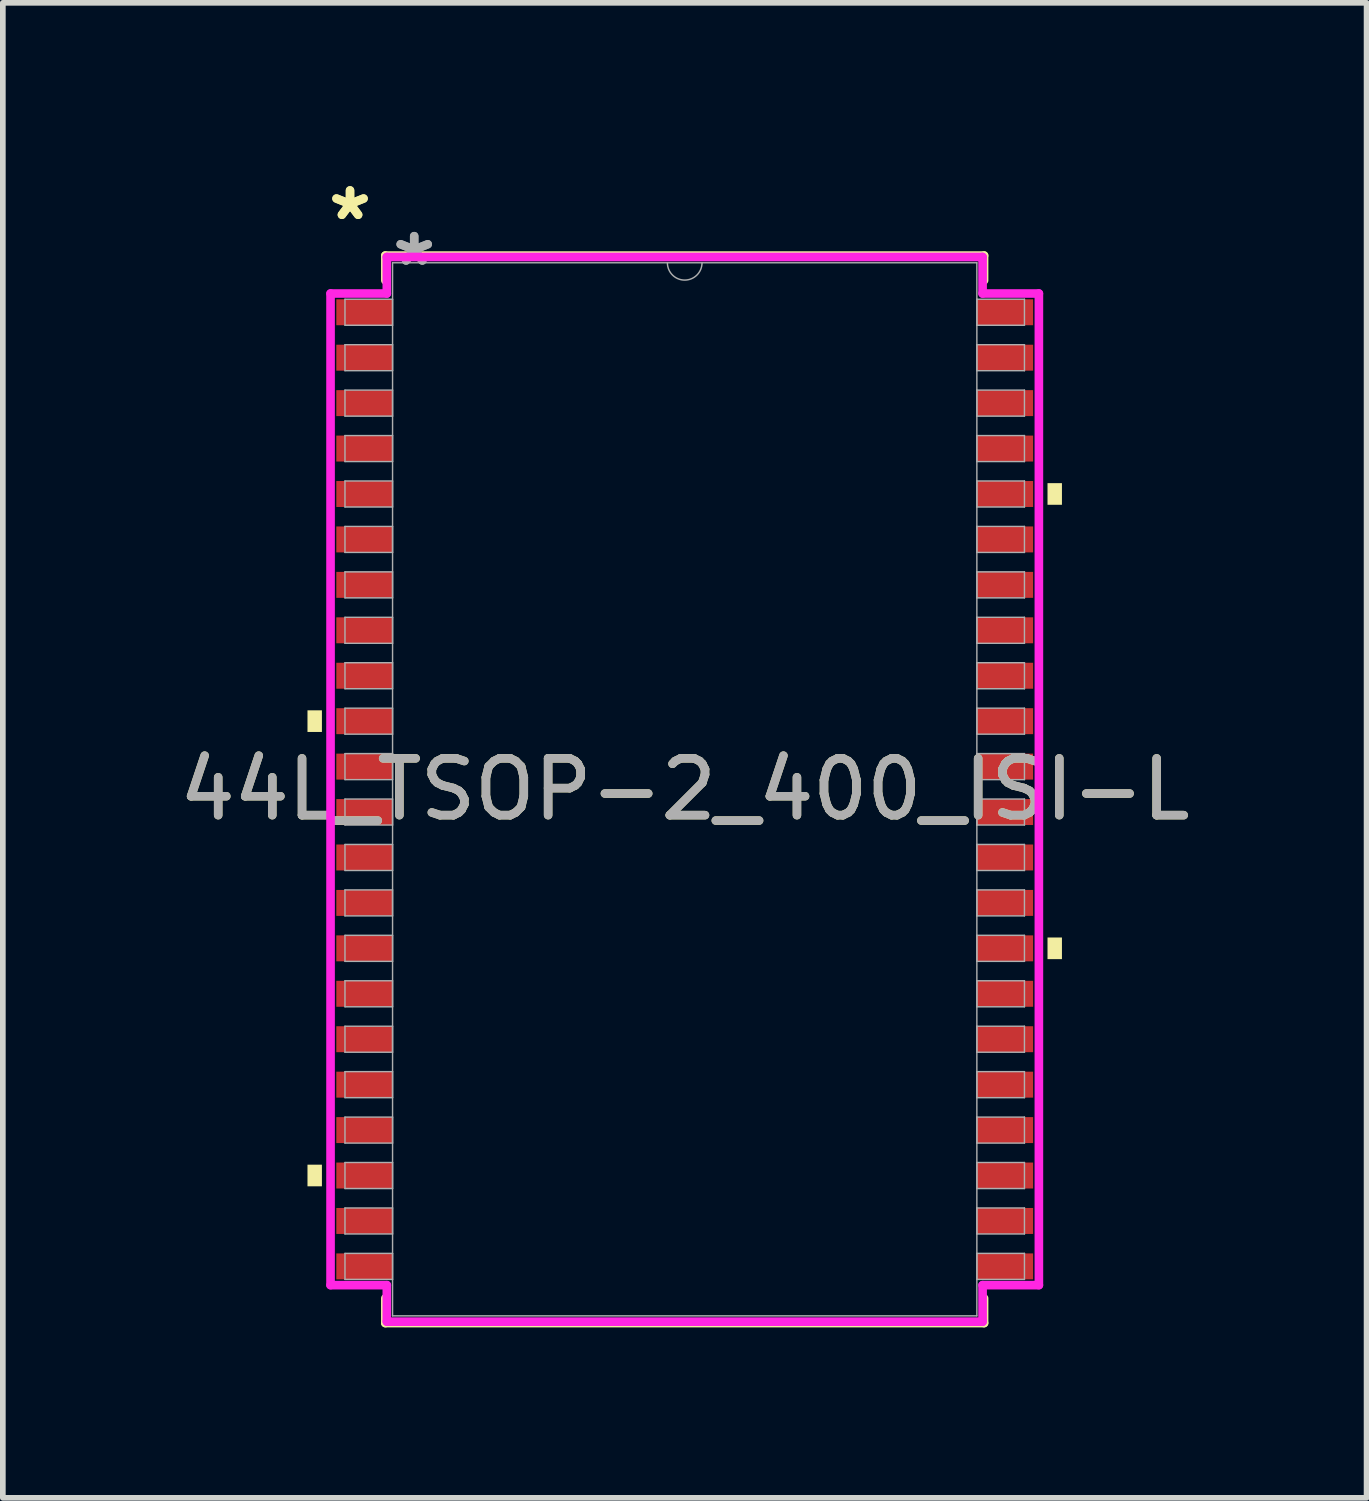
<source format=kicad_pcb>
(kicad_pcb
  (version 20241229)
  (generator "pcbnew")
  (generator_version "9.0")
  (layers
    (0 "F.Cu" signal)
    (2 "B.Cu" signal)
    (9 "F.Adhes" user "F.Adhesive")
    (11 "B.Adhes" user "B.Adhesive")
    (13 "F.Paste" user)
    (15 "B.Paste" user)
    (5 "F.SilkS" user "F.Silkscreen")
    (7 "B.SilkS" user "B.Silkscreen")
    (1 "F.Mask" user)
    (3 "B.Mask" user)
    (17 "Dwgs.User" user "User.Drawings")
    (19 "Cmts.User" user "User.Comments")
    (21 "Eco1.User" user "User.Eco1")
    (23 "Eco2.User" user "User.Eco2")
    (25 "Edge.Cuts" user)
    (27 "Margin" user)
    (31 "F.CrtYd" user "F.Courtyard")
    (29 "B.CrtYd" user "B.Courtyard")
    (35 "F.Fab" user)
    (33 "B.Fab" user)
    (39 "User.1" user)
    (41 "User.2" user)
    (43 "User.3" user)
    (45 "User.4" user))
  (footprint "44L_TSOP-2_400_ISI-L"
    (layer "F.Cu")
    (at 9.006 10.848)
    (property "Reference" "44L_TSOP-2_400_ISI-L" (at 0 0 0) (unlocked yes) (layer "F.SilkS") (effects (font (size 1 1) (thickness 0.15))))
    (attr smd)
    (fp_line (start -5.271 -9.398) (end -5.271 -8.961) (stroke (width 0.152) (type solid)) (layer "F.SilkS"))
    (fp_line (start -5.271 8.961) (end -5.271 9.398) (stroke (width 0.152) (type solid)) (layer "F.SilkS"))
    (fp_line (start -5.271 9.398) (end 5.271 9.398) (stroke (width 0.152) (type solid)) (layer "F.SilkS"))
    (fp_line (start 5.271 -9.398) (end -5.271 -9.398) (stroke (width 0.152) (type solid)) (layer "F.SilkS"))
    (fp_line (start 5.271 -8.961) (end 5.271 -9.398) (stroke (width 0.152) (type solid)) (layer "F.SilkS"))
    (fp_line (start 5.271 9.398) (end 5.271 8.961) (stroke (width 0.152) (type solid)) (layer "F.SilkS"))
    (fp_poly (pts (xy -6.642 -1.391) (xy -6.642 -1.01) (xy -6.388 -1.01) (xy -6.388 -1.391)) (stroke (width 0) (type solid)) (fill yes) (layer "F.SilkS"))
    (fp_poly (pts (xy -6.642 6.609) (xy -6.642 6.99) (xy -6.388 6.99) (xy -6.388 6.609)) (stroke (width 0) (type solid)) (fill yes) (layer "F.SilkS"))
    (fp_poly (pts (xy 6.642 -5.391) (xy 6.642 -5.01) (xy 6.388 -5.01) (xy 6.388 -5.391)) (stroke (width 0) (type solid)) (fill yes) (layer "F.SilkS"))
    (fp_poly (pts (xy 6.642 2.609) (xy 6.642 2.99) (xy 6.388 2.99) (xy 6.388 2.609)) (stroke (width 0) (type solid)) (fill yes) (layer "F.SilkS"))
    (fp_line (start -6.236 -8.73) (end -5.245 -8.73) (stroke (width 0.152) (type solid)) (layer "F.CrtYd"))
    (fp_line (start -6.236 8.73) (end -6.236 -8.73) (stroke (width 0.152) (type solid)) (layer "F.CrtYd"))
    (fp_line (start -6.236 8.73) (end -5.245 8.73) (stroke (width 0.152) (type solid)) (layer "F.CrtYd"))
    (fp_line (start -5.245 -9.373) (end 5.245 -9.373) (stroke (width 0.152) (type solid)) (layer "F.CrtYd"))
    (fp_line (start -5.245 -8.73) (end -5.245 -9.373) (stroke (width 0.152) (type solid)) (layer "F.CrtYd"))
    (fp_line (start -5.245 9.373) (end -5.245 8.73) (stroke (width 0.152) (type solid)) (layer "F.CrtYd"))
    (fp_line (start 5.245 -9.373) (end 5.245 -8.73) (stroke (width 0.152) (type solid)) (layer "F.CrtYd"))
    (fp_line (start 5.245 8.73) (end 5.245 9.373) (stroke (width 0.152) (type solid)) (layer "F.CrtYd"))
    (fp_line (start 5.245 9.373) (end -5.245 9.373) (stroke (width 0.152) (type solid)) (layer "F.CrtYd"))
    (fp_line (start 6.236 -8.73) (end 5.245 -8.73) (stroke (width 0.152) (type solid)) (layer "F.CrtYd"))
    (fp_line (start 6.236 -8.73) (end 6.236 8.73) (stroke (width 0.152) (type solid)) (layer "F.CrtYd"))
    (fp_line (start 6.236 8.73) (end 5.245 8.73) (stroke (width 0.152) (type solid)) (layer "F.CrtYd"))
    (fp_line (start -5.982 -8.629) (end -5.982 -8.171) (stroke (width 0.025) (type solid)) (layer "F.Fab"))
    (fp_line (start -5.982 -8.171) (end -5.144 -8.171) (stroke (width 0.025) (type solid)) (layer "F.Fab"))
    (fp_line (start -5.982 -7.829) (end -5.982 -7.371) (stroke (width 0.025) (type solid)) (layer "F.Fab"))
    (fp_line (start -5.982 -7.371) (end -5.144 -7.371) (stroke (width 0.025) (type solid)) (layer "F.Fab"))
    (fp_line (start -5.982 -7.029) (end -5.982 -6.571) (stroke (width 0.025) (type solid)) (layer "F.Fab"))
    (fp_line (start -5.982 -6.571) (end -5.144 -6.571) (stroke (width 0.025) (type solid)) (layer "F.Fab"))
    (fp_line (start -5.982 -6.229) (end -5.982 -5.771) (stroke (width 0.025) (type solid)) (layer "F.Fab"))
    (fp_line (start -5.982 -5.771) (end -5.144 -5.771) (stroke (width 0.025) (type solid)) (layer "F.Fab"))
    (fp_line (start -5.982 -5.429) (end -5.982 -4.971) (stroke (width 0.025) (type solid)) (layer "F.Fab"))
    (fp_line (start -5.982 -4.971) (end -5.144 -4.971) (stroke (width 0.025) (type solid)) (layer "F.Fab"))
    (fp_line (start -5.982 -4.629) (end -5.982 -4.171) (stroke (width 0.025) (type solid)) (layer "F.Fab"))
    (fp_line (start -5.982 -4.171) (end -5.144 -4.171) (stroke (width 0.025) (type solid)) (layer "F.Fab"))
    (fp_line (start -5.982 -3.829) (end -5.982 -3.371) (stroke (width 0.025) (type solid)) (layer "F.Fab"))
    (fp_line (start -5.982 -3.371) (end -5.144 -3.371) (stroke (width 0.025) (type solid)) (layer "F.Fab"))
    (fp_line (start -5.982 -3.029) (end -5.982 -2.571) (stroke (width 0.025) (type solid)) (layer "F.Fab"))
    (fp_line (start -5.982 -2.571) (end -5.144 -2.571) (stroke (width 0.025) (type solid)) (layer "F.Fab"))
    (fp_line (start -5.982 -2.229) (end -5.982 -1.771) (stroke (width 0.025) (type solid)) (layer "F.Fab"))
    (fp_line (start -5.982 -1.771) (end -5.144 -1.771) (stroke (width 0.025) (type solid)) (layer "F.Fab"))
    (fp_line (start -5.982 -1.429) (end -5.982 -0.971) (stroke (width 0.025) (type solid)) (layer "F.Fab"))
    (fp_line (start -5.982 -0.971) (end -5.144 -0.971) (stroke (width 0.025) (type solid)) (layer "F.Fab"))
    (fp_line (start -5.982 -0.629) (end -5.982 -0.171) (stroke (width 0.025) (type solid)) (layer "F.Fab"))
    (fp_line (start -5.982 -0.171) (end -5.144 -0.171) (stroke (width 0.025) (type solid)) (layer "F.Fab"))
    (fp_line (start -5.982 0.171) (end -5.982 0.629) (stroke (width 0.025) (type solid)) (layer "F.Fab"))
    (fp_line (start -5.982 0.629) (end -5.144 0.629) (stroke (width 0.025) (type solid)) (layer "F.Fab"))
    (fp_line (start -5.982 0.971) (end -5.982 1.429) (stroke (width 0.025) (type solid)) (layer "F.Fab"))
    (fp_line (start -5.982 1.429) (end -5.144 1.429) (stroke (width 0.025) (type solid)) (layer "F.Fab"))
    (fp_line (start -5.982 1.771) (end -5.982 2.229) (stroke (width 0.025) (type solid)) (layer "F.Fab"))
    (fp_line (start -5.982 2.229) (end -5.144 2.229) (stroke (width 0.025) (type solid)) (layer "F.Fab"))
    (fp_line (start -5.982 2.571) (end -5.982 3.029) (stroke (width 0.025) (type solid)) (layer "F.Fab"))
    (fp_line (start -5.982 3.029) (end -5.144 3.029) (stroke (width 0.025) (type solid)) (layer "F.Fab"))
    (fp_line (start -5.982 3.371) (end -5.982 3.829) (stroke (width 0.025) (type solid)) (layer "F.Fab"))
    (fp_line (start -5.982 3.829) (end -5.144 3.829) (stroke (width 0.025) (type solid)) (layer "F.Fab"))
    (fp_line (start -5.982 4.171) (end -5.982 4.629) (stroke (width 0.025) (type solid)) (layer "F.Fab"))
    (fp_line (start -5.982 4.629) (end -5.144 4.629) (stroke (width 0.025) (type solid)) (layer "F.Fab"))
    (fp_line (start -5.982 4.971) (end -5.982 5.429) (stroke (width 0.025) (type solid)) (layer "F.Fab"))
    (fp_line (start -5.982 5.429) (end -5.144 5.429) (stroke (width 0.025) (type solid)) (layer "F.Fab"))
    (fp_line (start -5.982 5.771) (end -5.982 6.229) (stroke (width 0.025) (type solid)) (layer "F.Fab"))
    (fp_line (start -5.982 6.229) (end -5.144 6.229) (stroke (width 0.025) (type solid)) (layer "F.Fab"))
    (fp_line (start -5.982 6.571) (end -5.982 7.029) (stroke (width 0.025) (type solid)) (layer "F.Fab"))
    (fp_line (start -5.982 7.029) (end -5.144 7.029) (stroke (width 0.025) (type solid)) (layer "F.Fab"))
    (fp_line (start -5.982 7.371) (end -5.982 7.829) (stroke (width 0.025) (type solid)) (layer "F.Fab"))
    (fp_line (start -5.982 7.829) (end -5.144 7.829) (stroke (width 0.025) (type solid)) (layer "F.Fab"))
    (fp_line (start -5.982 8.171) (end -5.982 8.629) (stroke (width 0.025) (type solid)) (layer "F.Fab"))
    (fp_line (start -5.982 8.629) (end -5.144 8.629) (stroke (width 0.025) (type solid)) (layer "F.Fab"))
    (fp_line (start -5.144 -9.271) (end -5.144 9.271) (stroke (width 0.025) (type solid)) (layer "F.Fab"))
    (fp_line (start -5.144 -8.629) (end -5.982 -8.629) (stroke (width 0.025) (type solid)) (layer "F.Fab"))
    (fp_line (start -5.144 -8.171) (end -5.144 -8.629) (stroke (width 0.025) (type solid)) (layer "F.Fab"))
    (fp_line (start -5.144 -7.829) (end -5.982 -7.829) (stroke (width 0.025) (type solid)) (layer "F.Fab"))
    (fp_line (start -5.144 -7.371) (end -5.144 -7.829) (stroke (width 0.025) (type solid)) (layer "F.Fab"))
    (fp_line (start -5.144 -7.029) (end -5.982 -7.029) (stroke (width 0.025) (type solid)) (layer "F.Fab"))
    (fp_line (start -5.144 -6.571) (end -5.144 -7.029) (stroke (width 0.025) (type solid)) (layer "F.Fab"))
    (fp_line (start -5.144 -6.229) (end -5.982 -6.229) (stroke (width 0.025) (type solid)) (layer "F.Fab"))
    (fp_line (start -5.144 -5.771) (end -5.144 -6.229) (stroke (width 0.025) (type solid)) (layer "F.Fab"))
    (fp_line (start -5.144 -5.429) (end -5.982 -5.429) (stroke (width 0.025) (type solid)) (layer "F.Fab"))
    (fp_line (start -5.144 -4.971) (end -5.144 -5.429) (stroke (width 0.025) (type solid)) (layer "F.Fab"))
    (fp_line (start -5.144 -4.629) (end -5.982 -4.629) (stroke (width 0.025) (type solid)) (layer "F.Fab"))
    (fp_line (start -5.144 -4.171) (end -5.144 -4.629) (stroke (width 0.025) (type solid)) (layer "F.Fab"))
    (fp_line (start -5.144 -3.829) (end -5.982 -3.829) (stroke (width 0.025) (type solid)) (layer "F.Fab"))
    (fp_line (start -5.144 -3.371) (end -5.144 -3.829) (stroke (width 0.025) (type solid)) (layer "F.Fab"))
    (fp_line (start -5.144 -3.029) (end -5.982 -3.029) (stroke (width 0.025) (type solid)) (layer "F.Fab"))
    (fp_line (start -5.144 -2.571) (end -5.144 -3.029) (stroke (width 0.025) (type solid)) (layer "F.Fab"))
    (fp_line (start -5.144 -2.229) (end -5.982 -2.229) (stroke (width 0.025) (type solid)) (layer "F.Fab"))
    (fp_line (start -5.144 -1.771) (end -5.144 -2.229) (stroke (width 0.025) (type solid)) (layer "F.Fab"))
    (fp_line (start -5.144 -1.429) (end -5.982 -1.429) (stroke (width 0.025) (type solid)) (layer "F.Fab"))
    (fp_line (start -5.144 -0.971) (end -5.144 -1.429) (stroke (width 0.025) (type solid)) (layer "F.Fab"))
    (fp_line (start -5.144 -0.629) (end -5.982 -0.629) (stroke (width 0.025) (type solid)) (layer "F.Fab"))
    (fp_line (start -5.144 -0.171) (end -5.144 -0.629) (stroke (width 0.025) (type solid)) (layer "F.Fab"))
    (fp_line (start -5.144 0.171) (end -5.982 0.171) (stroke (width 0.025) (type solid)) (layer "F.Fab"))
    (fp_line (start -5.144 0.629) (end -5.144 0.171) (stroke (width 0.025) (type solid)) (layer "F.Fab"))
    (fp_line (start -5.144 0.971) (end -5.982 0.971) (stroke (width 0.025) (type solid)) (layer "F.Fab"))
    (fp_line (start -5.144 1.429) (end -5.144 0.971) (stroke (width 0.025) (type solid)) (layer "F.Fab"))
    (fp_line (start -5.144 1.771) (end -5.982 1.771) (stroke (width 0.025) (type solid)) (layer "F.Fab"))
    (fp_line (start -5.144 2.229) (end -5.144 1.771) (stroke (width 0.025) (type solid)) (layer "F.Fab"))
    (fp_line (start -5.144 2.571) (end -5.982 2.571) (stroke (width 0.025) (type solid)) (layer "F.Fab"))
    (fp_line (start -5.144 3.029) (end -5.144 2.571) (stroke (width 0.025) (type solid)) (layer "F.Fab"))
    (fp_line (start -5.144 3.371) (end -5.982 3.371) (stroke (width 0.025) (type solid)) (layer "F.Fab"))
    (fp_line (start -5.144 3.829) (end -5.144 3.371) (stroke (width 0.025) (type solid)) (layer "F.Fab"))
    (fp_line (start -5.144 4.171) (end -5.982 4.171) (stroke (width 0.025) (type solid)) (layer "F.Fab"))
    (fp_line (start -5.144 4.629) (end -5.144 4.171) (stroke (width 0.025) (type solid)) (layer "F.Fab"))
    (fp_line (start -5.144 4.971) (end -5.982 4.971) (stroke (width 0.025) (type solid)) (layer "F.Fab"))
    (fp_line (start -5.144 5.429) (end -5.144 4.971) (stroke (width 0.025) (type solid)) (layer "F.Fab"))
    (fp_line (start -5.144 5.771) (end -5.982 5.771) (stroke (width 0.025) (type solid)) (layer "F.Fab"))
    (fp_line (start -5.144 6.229) (end -5.144 5.771) (stroke (width 0.025) (type solid)) (layer "F.Fab"))
    (fp_line (start -5.144 6.571) (end -5.982 6.571) (stroke (width 0.025) (type solid)) (layer "F.Fab"))
    (fp_line (start -5.144 7.029) (end -5.144 6.571) (stroke (width 0.025) (type solid)) (layer "F.Fab"))
    (fp_line (start -5.144 7.371) (end -5.982 7.371) (stroke (width 0.025) (type solid)) (layer "F.Fab"))
    (fp_line (start -5.144 7.829) (end -5.144 7.371) (stroke (width 0.025) (type solid)) (layer "F.Fab"))
    (fp_line (start -5.144 8.171) (end -5.982 8.171) (stroke (width 0.025) (type solid)) (layer "F.Fab"))
    (fp_line (start -5.144 8.629) (end -5.144 8.171) (stroke (width 0.025) (type solid)) (layer "F.Fab"))
    (fp_line (start -5.144 9.271) (end 5.144 9.271) (stroke (width 0.025) (type solid)) (layer "F.Fab"))
    (fp_line (start 5.144 -9.271) (end -5.144 -9.271) (stroke (width 0.025) (type solid)) (layer "F.Fab"))
    (fp_line (start 5.144 -8.629) (end 5.144 -8.171) (stroke (width 0.025) (type solid)) (layer "F.Fab"))
    (fp_line (start 5.144 -8.171) (end 5.982 -8.171) (stroke (width 0.025) (type solid)) (layer "F.Fab"))
    (fp_line (start 5.144 -7.829) (end 5.144 -7.371) (stroke (width 0.025) (type solid)) (layer "F.Fab"))
    (fp_line (start 5.144 -7.371) (end 5.982 -7.371) (stroke (width 0.025) (type solid)) (layer "F.Fab"))
    (fp_line (start 5.144 -7.029) (end 5.144 -6.571) (stroke (width 0.025) (type solid)) (layer "F.Fab"))
    (fp_line (start 5.144 -6.571) (end 5.982 -6.571) (stroke (width 0.025) (type solid)) (layer "F.Fab"))
    (fp_line (start 5.144 -6.229) (end 5.144 -5.771) (stroke (width 0.025) (type solid)) (layer "F.Fab"))
    (fp_line (start 5.144 -5.771) (end 5.982 -5.771) (stroke (width 0.025) (type solid)) (layer "F.Fab"))
    (fp_line (start 5.144 -5.429) (end 5.144 -4.971) (stroke (width 0.025) (type solid)) (layer "F.Fab"))
    (fp_line (start 5.144 -4.971) (end 5.982 -4.971) (stroke (width 0.025) (type solid)) (layer "F.Fab"))
    (fp_line (start 5.144 -4.629) (end 5.144 -4.171) (stroke (width 0.025) (type solid)) (layer "F.Fab"))
    (fp_line (start 5.144 -4.171) (end 5.982 -4.171) (stroke (width 0.025) (type solid)) (layer "F.Fab"))
    (fp_line (start 5.144 -3.829) (end 5.144 -3.371) (stroke (width 0.025) (type solid)) (layer "F.Fab"))
    (fp_line (start 5.144 -3.371) (end 5.982 -3.371) (stroke (width 0.025) (type solid)) (layer "F.Fab"))
    (fp_line (start 5.144 -3.029) (end 5.144 -2.571) (stroke (width 0.025) (type solid)) (layer "F.Fab"))
    (fp_line (start 5.144 -2.571) (end 5.982 -2.571) (stroke (width 0.025) (type solid)) (layer "F.Fab"))
    (fp_line (start 5.144 -2.229) (end 5.144 -1.771) (stroke (width 0.025) (type solid)) (layer "F.Fab"))
    (fp_line (start 5.144 -1.771) (end 5.982 -1.771) (stroke (width 0.025) (type solid)) (layer "F.Fab"))
    (fp_line (start 5.144 -1.429) (end 5.144 -0.971) (stroke (width 0.025) (type solid)) (layer "F.Fab"))
    (fp_line (start 5.144 -0.971) (end 5.982 -0.971) (stroke (width 0.025) (type solid)) (layer "F.Fab"))
    (fp_line (start 5.144 -0.629) (end 5.144 -0.171) (stroke (width 0.025) (type solid)) (layer "F.Fab"))
    (fp_line (start 5.144 -0.171) (end 5.982 -0.171) (stroke (width 0.025) (type solid)) (layer "F.Fab"))
    (fp_line (start 5.144 0.171) (end 5.144 0.629) (stroke (width 0.025) (type solid)) (layer "F.Fab"))
    (fp_line (start 5.144 0.629) (end 5.982 0.629) (stroke (width 0.025) (type solid)) (layer "F.Fab"))
    (fp_line (start 5.144 0.971) (end 5.144 1.429) (stroke (width 0.025) (type solid)) (layer "F.Fab"))
    (fp_line (start 5.144 1.429) (end 5.982 1.429) (stroke (width 0.025) (type solid)) (layer "F.Fab"))
    (fp_line (start 5.144 1.771) (end 5.144 2.229) (stroke (width 0.025) (type solid)) (layer "F.Fab"))
    (fp_line (start 5.144 2.229) (end 5.982 2.229) (stroke (width 0.025) (type solid)) (layer "F.Fab"))
    (fp_line (start 5.144 2.571) (end 5.144 3.029) (stroke (width 0.025) (type solid)) (layer "F.Fab"))
    (fp_line (start 5.144 3.029) (end 5.982 3.029) (stroke (width 0.025) (type solid)) (layer "F.Fab"))
    (fp_line (start 5.144 3.371) (end 5.144 3.829) (stroke (width 0.025) (type solid)) (layer "F.Fab"))
    (fp_line (start 5.144 3.829) (end 5.982 3.829) (stroke (width 0.025) (type solid)) (layer "F.Fab"))
    (fp_line (start 5.144 4.171) (end 5.144 4.629) (stroke (width 0.025) (type solid)) (layer "F.Fab"))
    (fp_line (start 5.144 4.629) (end 5.982 4.629) (stroke (width 0.025) (type solid)) (layer "F.Fab"))
    (fp_line (start 5.144 4.971) (end 5.144 5.429) (stroke (width 0.025) (type solid)) (layer "F.Fab"))
    (fp_line (start 5.144 5.429) (end 5.982 5.429) (stroke (width 0.025) (type solid)) (layer "F.Fab"))
    (fp_line (start 5.144 5.771) (end 5.144 6.229) (stroke (width 0.025) (type solid)) (layer "F.Fab"))
    (fp_line (start 5.144 6.229) (end 5.982 6.229) (stroke (width 0.025) (type solid)) (layer "F.Fab"))
    (fp_line (start 5.144 6.571) (end 5.144 7.029) (stroke (width 0.025) (type solid)) (layer "F.Fab"))
    (fp_line (start 5.144 7.029) (end 5.982 7.029) (stroke (width 0.025) (type solid)) (layer "F.Fab"))
    (fp_line (start 5.144 7.371) (end 5.144 7.829) (stroke (width 0.025) (type solid)) (layer "F.Fab"))
    (fp_line (start 5.144 7.829) (end 5.982 7.829) (stroke (width 0.025) (type solid)) (layer "F.Fab"))
    (fp_line (start 5.144 8.171) (end 5.144 8.629) (stroke (width 0.025) (type solid)) (layer "F.Fab"))
    (fp_line (start 5.144 8.629) (end 5.982 8.629) (stroke (width 0.025) (type solid)) (layer "F.Fab"))
    (fp_line (start 5.144 9.271) (end 5.144 -9.271) (stroke (width 0.025) (type solid)) (layer "F.Fab"))
    (fp_line (start 5.982 -8.629) (end 5.144 -8.629) (stroke (width 0.025) (type solid)) (layer "F.Fab"))
    (fp_line (start 5.982 -8.171) (end 5.982 -8.629) (stroke (width 0.025) (type solid)) (layer "F.Fab"))
    (fp_line (start 5.982 -7.829) (end 5.144 -7.829) (stroke (width 0.025) (type solid)) (layer "F.Fab"))
    (fp_line (start 5.982 -7.371) (end 5.982 -7.829) (stroke (width 0.025) (type solid)) (layer "F.Fab"))
    (fp_line (start 5.982 -7.029) (end 5.144 -7.029) (stroke (width 0.025) (type solid)) (layer "F.Fab"))
    (fp_line (start 5.982 -6.571) (end 5.982 -7.029) (stroke (width 0.025) (type solid)) (layer "F.Fab"))
    (fp_line (start 5.982 -6.229) (end 5.144 -6.229) (stroke (width 0.025) (type solid)) (layer "F.Fab"))
    (fp_line (start 5.982 -5.771) (end 5.982 -6.229) (stroke (width 0.025) (type solid)) (layer "F.Fab"))
    (fp_line (start 5.982 -5.429) (end 5.144 -5.429) (stroke (width 0.025) (type solid)) (layer "F.Fab"))
    (fp_line (start 5.982 -4.971) (end 5.982 -5.429) (stroke (width 0.025) (type solid)) (layer "F.Fab"))
    (fp_line (start 5.982 -4.629) (end 5.144 -4.629) (stroke (width 0.025) (type solid)) (layer "F.Fab"))
    (fp_line (start 5.982 -4.171) (end 5.982 -4.629) (stroke (width 0.025) (type solid)) (layer "F.Fab"))
    (fp_line (start 5.982 -3.829) (end 5.144 -3.829) (stroke (width 0.025) (type solid)) (layer "F.Fab"))
    (fp_line (start 5.982 -3.371) (end 5.982 -3.829) (stroke (width 0.025) (type solid)) (layer "F.Fab"))
    (fp_line (start 5.982 -3.029) (end 5.144 -3.029) (stroke (width 0.025) (type solid)) (layer "F.Fab"))
    (fp_line (start 5.982 -2.571) (end 5.982 -3.029) (stroke (width 0.025) (type solid)) (layer "F.Fab"))
    (fp_line (start 5.982 -2.229) (end 5.144 -2.229) (stroke (width 0.025) (type solid)) (layer "F.Fab"))
    (fp_line (start 5.982 -1.771) (end 5.982 -2.229) (stroke (width 0.025) (type solid)) (layer "F.Fab"))
    (fp_line (start 5.982 -1.429) (end 5.144 -1.429) (stroke (width 0.025) (type solid)) (layer "F.Fab"))
    (fp_line (start 5.982 -0.971) (end 5.982 -1.429) (stroke (width 0.025) (type solid)) (layer "F.Fab"))
    (fp_line (start 5.982 -0.629) (end 5.144 -0.629) (stroke (width 0.025) (type solid)) (layer "F.Fab"))
    (fp_line (start 5.982 -0.171) (end 5.982 -0.629) (stroke (width 0.025) (type solid)) (layer "F.Fab"))
    (fp_line (start 5.982 0.171) (end 5.144 0.171) (stroke (width 0.025) (type solid)) (layer "F.Fab"))
    (fp_line (start 5.982 0.629) (end 5.982 0.171) (stroke (width 0.025) (type solid)) (layer "F.Fab"))
    (fp_line (start 5.982 0.971) (end 5.144 0.971) (stroke (width 0.025) (type solid)) (layer "F.Fab"))
    (fp_line (start 5.982 1.429) (end 5.982 0.971) (stroke (width 0.025) (type solid)) (layer "F.Fab"))
    (fp_line (start 5.982 1.771) (end 5.144 1.771) (stroke (width 0.025) (type solid)) (layer "F.Fab"))
    (fp_line (start 5.982 2.229) (end 5.982 1.771) (stroke (width 0.025) (type solid)) (layer "F.Fab"))
    (fp_line (start 5.982 2.571) (end 5.144 2.571) (stroke (width 0.025) (type solid)) (layer "F.Fab"))
    (fp_line (start 5.982 3.029) (end 5.982 2.571) (stroke (width 0.025) (type solid)) (layer "F.Fab"))
    (fp_line (start 5.982 3.371) (end 5.144 3.371) (stroke (width 0.025) (type solid)) (layer "F.Fab"))
    (fp_line (start 5.982 3.829) (end 5.982 3.371) (stroke (width 0.025) (type solid)) (layer "F.Fab"))
    (fp_line (start 5.982 4.171) (end 5.144 4.171) (stroke (width 0.025) (type solid)) (layer "F.Fab"))
    (fp_line (start 5.982 4.629) (end 5.982 4.171) (stroke (width 0.025) (type solid)) (layer "F.Fab"))
    (fp_line (start 5.982 4.971) (end 5.144 4.971) (stroke (width 0.025) (type solid)) (layer "F.Fab"))
    (fp_line (start 5.982 5.429) (end 5.982 4.971) (stroke (width 0.025) (type solid)) (layer "F.Fab"))
    (fp_line (start 5.982 5.771) (end 5.144 5.771) (stroke (width 0.025) (type solid)) (layer "F.Fab"))
    (fp_line (start 5.982 6.229) (end 5.982 5.771) (stroke (width 0.025) (type solid)) (layer "F.Fab"))
    (fp_line (start 5.982 6.571) (end 5.144 6.571) (stroke (width 0.025) (type solid)) (layer "F.Fab"))
    (fp_line (start 5.982 7.029) (end 5.982 6.571) (stroke (width 0.025) (type solid)) (layer "F.Fab"))
    (fp_line (start 5.982 7.371) (end 5.144 7.371) (stroke (width 0.025) (type solid)) (layer "F.Fab"))
    (fp_line (start 5.982 7.829) (end 5.982 7.371) (stroke (width 0.025) (type solid)) (layer "F.Fab"))
    (fp_line (start 5.982 8.171) (end 5.144 8.171) (stroke (width 0.025) (type solid)) (layer "F.Fab"))
    (fp_line (start 5.982 8.629) (end 5.982 8.171) (stroke (width 0.025) (type solid)) (layer "F.Fab"))
    (fp_arc (start 0.3048 -9.271) (mid 0 -8.9662) (end -0.3048 -9.271) (stroke (width 0.0254) (type solid)) (layer "F.Fab"))
    (fp_text user "*" (at -5.893 -10 0) (unlocked yes) (layer "F.SilkS") (effects (font (size 1 1) (thickness 0.15))))
    (fp_text user "*" (at -5.893 -10 0) (layer "F.SilkS") (effects (font (size 1 1) (thickness 0.15))))
    (fp_text user "*" (at -4.763 -9.195 0) (layer "F.Fab") (effects (font (size 1 1) (thickness 0.15))))
    (fp_text user "*" (at -4.763 -9.195 0) (unlocked yes) (layer "F.Fab") (effects (font (size 1 1) (thickness 0.15))))
    (fp_text user "${REFERENCE}" (at 0 0 0) (unlocked yes) (layer "F.Fab") (effects (font (size 1 1) (thickness 0.15))))
    (pad "1" smd rect (at -5.639 -8.4) (size 0.991 0.457) (layers "F.Cu" "F.Mask" "F.Paste"))
    (pad "2" smd rect (at -5.639 -7.6) (size 0.991 0.457) (layers "F.Cu" "F.Mask" "F.Paste"))
    (pad "3" smd rect (at -5.639 -6.8) (size 0.991 0.457) (layers "F.Cu" "F.Mask" "F.Paste"))
    (pad "4" smd rect (at -5.639 -6) (size 0.991 0.457) (layers "F.Cu" "F.Mask" "F.Paste"))
    (pad "5" smd rect (at -5.639 -5.2) (size 0.991 0.457) (layers "F.Cu" "F.Mask" "F.Paste"))
    (pad "6" smd rect (at -5.639 -4.4) (size 0.991 0.457) (layers "F.Cu" "F.Mask" "F.Paste"))
    (pad "7" smd rect (at -5.639 -3.6) (size 0.991 0.457) (layers "F.Cu" "F.Mask" "F.Paste"))
    (pad "8" smd rect (at -5.639 -2.8) (size 0.991 0.457) (layers "F.Cu" "F.Mask" "F.Paste"))
    (pad "9" smd rect (at -5.639 -2) (size 0.991 0.457) (layers "F.Cu" "F.Mask" "F.Paste"))
    (pad "10" smd rect (at -5.639 -1.2) (size 0.991 0.457) (layers "F.Cu" "F.Mask" "F.Paste"))
    (pad "11" smd rect (at -5.639 -0.4) (size 0.991 0.457) (layers "F.Cu" "F.Mask" "F.Paste"))
    (pad "12" smd rect (at -5.639 0.4) (size 0.991 0.457) (layers "F.Cu" "F.Mask" "F.Paste"))
    (pad "13" smd rect (at -5.639 1.2) (size 0.991 0.457) (layers "F.Cu" "F.Mask" "F.Paste"))
    (pad "14" smd rect (at -5.639 2) (size 0.991 0.457) (layers "F.Cu" "F.Mask" "F.Paste"))
    (pad "15" smd rect (at -5.639 2.8) (size 0.991 0.457) (layers "F.Cu" "F.Mask" "F.Paste"))
    (pad "16" smd rect (at -5.639 3.6) (size 0.991 0.457) (layers "F.Cu" "F.Mask" "F.Paste"))
    (pad "17" smd rect (at -5.639 4.4) (size 0.991 0.457) (layers "F.Cu" "F.Mask" "F.Paste"))
    (pad "18" smd rect (at -5.639 5.2) (size 0.991 0.457) (layers "F.Cu" "F.Mask" "F.Paste"))
    (pad "19" smd rect (at -5.639 6) (size 0.991 0.457) (layers "F.Cu" "F.Mask" "F.Paste"))
    (pad "20" smd rect (at -5.639 6.8) (size 0.991 0.457) (layers "F.Cu" "F.Mask" "F.Paste"))
    (pad "21" smd rect (at -5.639 7.6) (size 0.991 0.457) (layers "F.Cu" "F.Mask" "F.Paste"))
    (pad "22" smd rect (at -5.639 8.4) (size 0.991 0.457) (layers "F.Cu" "F.Mask" "F.Paste"))
    (pad "23" smd rect (at 5.639 8.4) (size 0.991 0.457) (layers "F.Cu" "F.Mask" "F.Paste"))
    (pad "24" smd rect (at 5.639 7.6) (size 0.991 0.457) (layers "F.Cu" "F.Mask" "F.Paste"))
    (pad "25" smd rect (at 5.639 6.8) (size 0.991 0.457) (layers "F.Cu" "F.Mask" "F.Paste"))
    (pad "26" smd rect (at 5.639 6) (size 0.991 0.457) (layers "F.Cu" "F.Mask" "F.Paste"))
    (pad "27" smd rect (at 5.639 5.2) (size 0.991 0.457) (layers "F.Cu" "F.Mask" "F.Paste"))
    (pad "28" smd rect (at 5.639 4.4) (size 0.991 0.457) (layers "F.Cu" "F.Mask" "F.Paste"))
    (pad "29" smd rect (at 5.639 3.6) (size 0.991 0.457) (layers "F.Cu" "F.Mask" "F.Paste"))
    (pad "30" smd rect (at 5.639 2.8) (size 0.991 0.457) (layers "F.Cu" "F.Mask" "F.Paste"))
    (pad "31" smd rect (at 5.639 2) (size 0.991 0.457) (layers "F.Cu" "F.Mask" "F.Paste"))
    (pad "32" smd rect (at 5.639 1.2) (size 0.991 0.457) (layers "F.Cu" "F.Mask" "F.Paste"))
    (pad "33" smd rect (at 5.639 0.4) (size 0.991 0.457) (layers "F.Cu" "F.Mask" "F.Paste"))
    (pad "34" smd rect (at 5.639 -0.4) (size 0.991 0.457) (layers "F.Cu" "F.Mask" "F.Paste"))
    (pad "35" smd rect (at 5.639 -1.2) (size 0.991 0.457) (layers "F.Cu" "F.Mask" "F.Paste"))
    (pad "36" smd rect (at 5.639 -2) (size 0.991 0.457) (layers "F.Cu" "F.Mask" "F.Paste"))
    (pad "37" smd rect (at 5.639 -2.8) (size 0.991 0.457) (layers "F.Cu" "F.Mask" "F.Paste"))
    (pad "38" smd rect (at 5.639 -3.6) (size 0.991 0.457) (layers "F.Cu" "F.Mask" "F.Paste"))
    (pad "39" smd rect (at 5.639 -4.4) (size 0.991 0.457) (layers "F.Cu" "F.Mask" "F.Paste"))
    (pad "40" smd rect (at 5.639 -5.2) (size 0.991 0.457) (layers "F.Cu" "F.Mask" "F.Paste"))
    (pad "41" smd rect (at 5.639 -6) (size 0.991 0.457) (layers "F.Cu" "F.Mask" "F.Paste"))
    (pad "42" smd rect (at 5.639 -6.8) (size 0.991 0.457) (layers "F.Cu" "F.Mask" "F.Paste"))
    (pad "43" smd rect (at 5.639 -7.6) (size 0.991 0.457) (layers "F.Cu" "F.Mask" "F.Paste"))
    (pad "44" smd rect (at 5.639 -8.4) (size 0.991 0.457) (layers "F.Cu" "F.Mask" "F.Paste")))
  (gr_rect
    (start -3 -3)
    (end 21.012 23.323)
    (stroke (width 0.1) (type default))
    (fill no)
    (layer "Edge.Cuts")))
</source>
